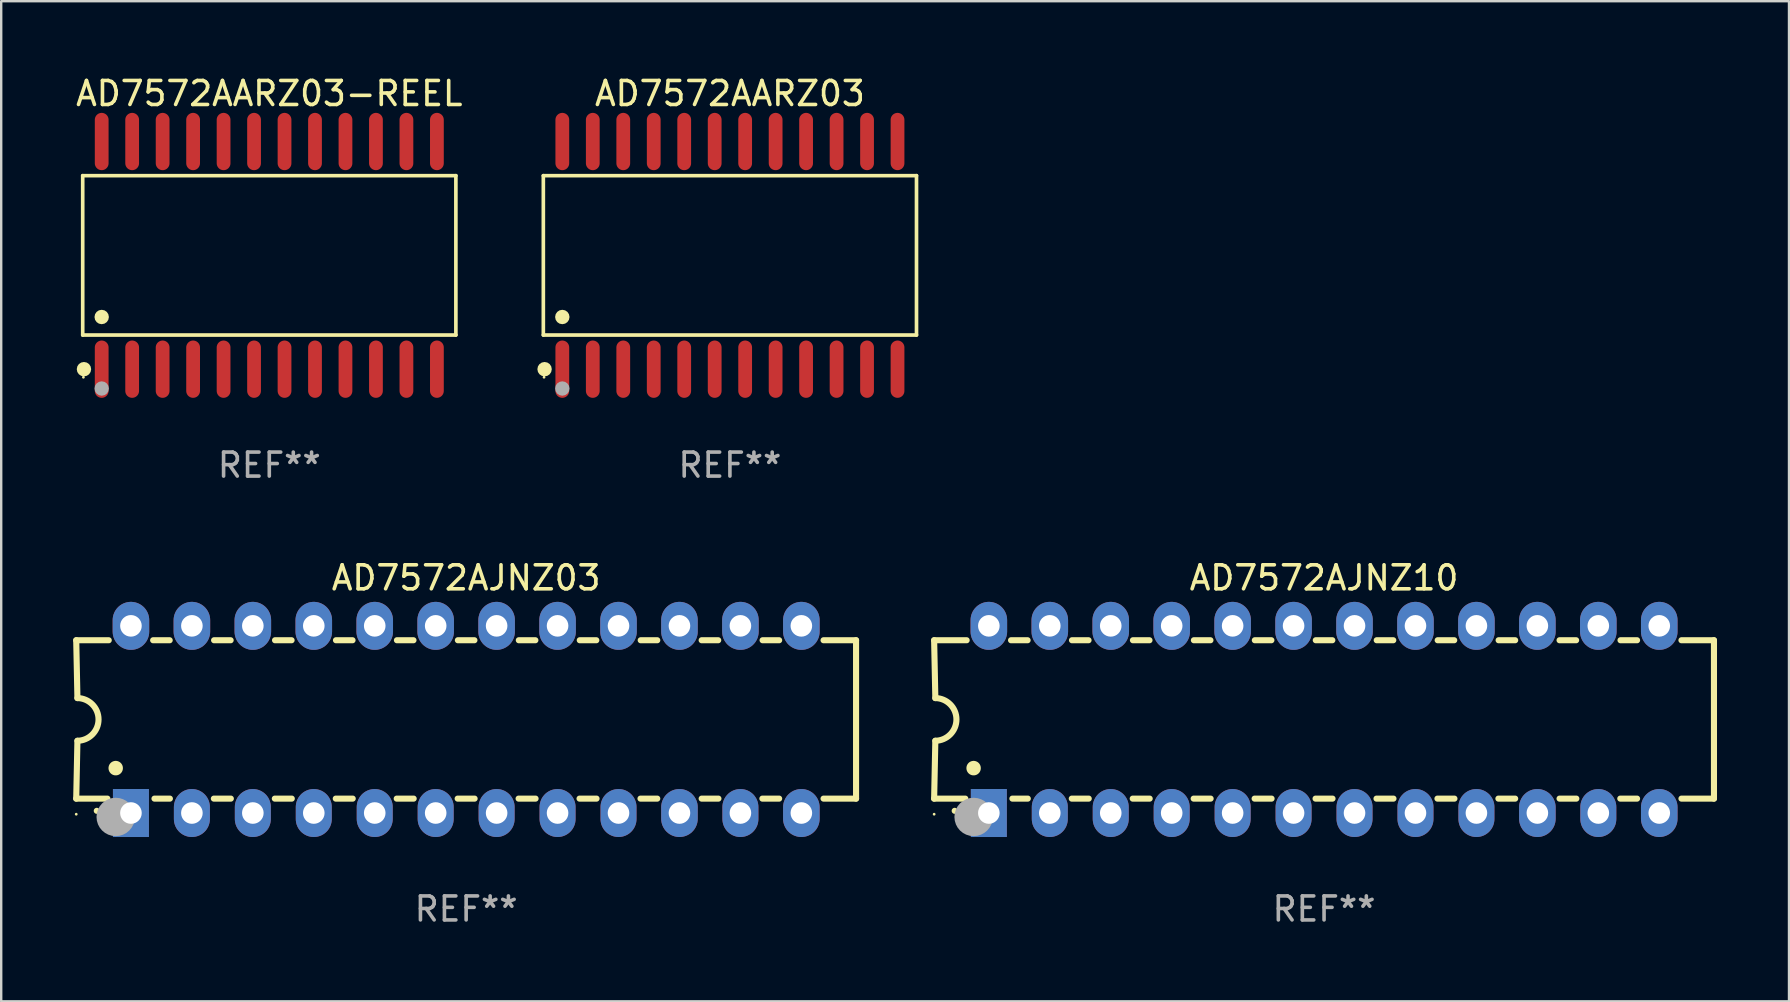
<source format=kicad_pcb>
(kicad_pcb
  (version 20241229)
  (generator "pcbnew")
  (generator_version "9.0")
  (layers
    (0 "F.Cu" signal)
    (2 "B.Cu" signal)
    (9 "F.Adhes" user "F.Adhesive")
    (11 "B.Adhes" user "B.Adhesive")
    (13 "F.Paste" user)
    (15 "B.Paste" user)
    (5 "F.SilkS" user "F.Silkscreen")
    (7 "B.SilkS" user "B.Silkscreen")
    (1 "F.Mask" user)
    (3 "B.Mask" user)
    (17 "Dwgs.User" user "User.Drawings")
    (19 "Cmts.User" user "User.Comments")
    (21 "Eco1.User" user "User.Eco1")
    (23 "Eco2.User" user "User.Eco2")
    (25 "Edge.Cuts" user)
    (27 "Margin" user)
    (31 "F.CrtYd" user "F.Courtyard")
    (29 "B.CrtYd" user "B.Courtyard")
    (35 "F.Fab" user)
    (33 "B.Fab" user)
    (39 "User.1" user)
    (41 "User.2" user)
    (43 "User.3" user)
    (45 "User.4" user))
  (footprint "AD7572AJNZ03"
    (layer "F.Cu")
    (at 16.377 26.933)
    (property "Reference" "AD7572AJNZ03" (at 0 -5.9 0) (layer "F.SilkS") (effects (font (size 1 1) (thickness 0.15))))
    (attr through_hole)
    (fp_line (start -16.25 -3.3) (end -16.2 -0.889) (stroke (width 0.254) (type solid)) (layer "F.SilkS"))
    (fp_line (start -16.25 -3.3) (end -14.895 -3.3) (stroke (width 0.254) (type solid)) (layer "F.SilkS"))
    (fp_line (start -16.25 3.3) (end -16.2 0.889) (stroke (width 0.254) (type solid)) (layer "F.SilkS"))
    (fp_line (start -16.25 3.3) (end -14.951 3.3) (stroke (width 0.254) (type solid)) (layer "F.SilkS"))
    (fp_line (start -13.045 -3.3) (end -12.355 -3.3) (stroke (width 0.254) (type solid)) (layer "F.SilkS"))
    (fp_line (start -12.989 3.3) (end -12.347 3.3) (stroke (width 0.254) (type solid)) (layer "F.SilkS"))
    (fp_line (start -10.514 3.3) (end -9.807 3.3) (stroke (width 0.254) (type solid)) (layer "F.SilkS"))
    (fp_line (start -10.505 -3.3) (end -9.815 -3.3) (stroke (width 0.254) (type solid)) (layer "F.SilkS"))
    (fp_line (start -7.974 3.3) (end -7.267 3.3) (stroke (width 0.254) (type solid)) (layer "F.SilkS"))
    (fp_line (start -7.965 -3.3) (end -7.275 -3.3) (stroke (width 0.254) (type solid)) (layer "F.SilkS"))
    (fp_line (start -5.434 3.3) (end -4.727 3.3) (stroke (width 0.254) (type solid)) (layer "F.SilkS"))
    (fp_line (start -5.425 -3.3) (end -4.735 -3.3) (stroke (width 0.254) (type solid)) (layer "F.SilkS"))
    (fp_line (start -2.894 3.3) (end -2.187 3.3) (stroke (width 0.254) (type solid)) (layer "F.SilkS"))
    (fp_line (start -2.885 -3.3) (end -2.195 -3.3) (stroke (width 0.254) (type solid)) (layer "F.SilkS"))
    (fp_line (start -0.354 3.3) (end 0.353 3.3) (stroke (width 0.254) (type solid)) (layer "F.SilkS"))
    (fp_line (start -0.345 -3.3) (end 0.345 -3.3) (stroke (width 0.254) (type solid)) (layer "F.SilkS"))
    (fp_line (start 2.186 3.3) (end 2.893 3.3) (stroke (width 0.254) (type solid)) (layer "F.SilkS"))
    (fp_line (start 2.195 -3.3) (end 2.885 -3.3) (stroke (width 0.254) (type solid)) (layer "F.SilkS"))
    (fp_line (start 4.726 3.3) (end 5.434 3.3) (stroke (width 0.254) (type solid)) (layer "F.SilkS"))
    (fp_line (start 4.735 -3.3) (end 5.425 -3.3) (stroke (width 0.254) (type solid)) (layer "F.SilkS"))
    (fp_line (start 7.266 3.3) (end 7.965 3.3) (stroke (width 0.254) (type solid)) (layer "F.SilkS"))
    (fp_line (start 7.275 -3.3) (end 7.965 -3.3) (stroke (width 0.254) (type solid)) (layer "F.SilkS"))
    (fp_line (start 9.815 -3.3) (end 10.505 -3.3) (stroke (width 0.254) (type solid)) (layer "F.SilkS"))
    (fp_line (start 9.815 3.3) (end 10.514 3.3) (stroke (width 0.254) (type solid)) (layer "F.SilkS"))
    (fp_line (start 12.346 3.3) (end 13.045 3.3) (stroke (width 0.254) (type solid)) (layer "F.SilkS"))
    (fp_line (start 12.355 -3.3) (end 13.045 -3.3) (stroke (width 0.254) (type solid)) (layer "F.SilkS"))
    (fp_line (start 16.25 -3.3) (end 14.895 -3.3) (stroke (width 0.254) (type solid)) (layer "F.SilkS"))
    (fp_line (start 16.25 -3.3) (end 16.25 3.3) (stroke (width 0.254) (type solid)) (layer "F.SilkS"))
    (fp_line (start 16.25 3.3) (end 14.895 3.3) (stroke (width 0.254) (type solid)) (layer "F.SilkS"))
    (fp_arc (start -16.201016 -0.890146) (mid -15.311429 -0.001055) (end -16.200025 0.889027) (stroke (width 0.254001) (type solid)) (layer "F.SilkS"))
    (fp_arc (start -15.394971 3.810033) (mid -15.394978 3.808763) (end -15.394971 3.807493) (stroke (width 0.25) (type solid)) (layer "F.SilkS"))
    (fp_arc (start -14.605029 2.032029) (mid -14.60504 2.029489) (end -14.605029 2.026949) (stroke (width 0.6) (type solid)) (layer "F.SilkS"))
    (fp_circle (center -16.25 3.95) (end -16.22 3.95) (stroke (width 0.06) (type solid)) (fill no) (layer "F.SilkS"))
    (fp_circle (center -14.605 4.064) (end -14.205 4.064) (stroke (width 0.8) (type solid)) (fill no) (layer "F.Fab"))
    (fp_text user "REF**" (at 0 7.9 0) (layer "F.Fab") (effects (font (size 1 1) (thickness 0.15))))
    (pad "1" thru_hole rect (at -13.97 3.9 90) (size 2 1.5) (drill 0.9) (layers "*.Cu" "*.Mask"))
    (pad "2" thru_hole oval (at -11.43 3.9 90) (size 2 1.5) (drill 0.9) (layers "*.Cu" "*.Mask"))
    (pad "3" thru_hole oval (at -8.89 3.9 90) (size 2 1.5) (drill 0.9) (layers "*.Cu" "*.Mask"))
    (pad "4" thru_hole oval (at -6.35 3.9 90) (size 2 1.5) (drill 0.9) (layers "*.Cu" "*.Mask"))
    (pad "5" thru_hole oval (at -3.81 3.9 90) (size 2 1.5) (drill 0.9) (layers "*.Cu" "*.Mask"))
    (pad "6" thru_hole oval (at -1.27 3.9 90) (size 2 1.5) (drill 0.9) (layers "*.Cu" "*.Mask"))
    (pad "7" thru_hole oval (at 1.27 3.9 90) (size 2 1.5) (drill 0.9) (layers "*.Cu" "*.Mask"))
    (pad "8" thru_hole oval (at 3.81 3.9 90) (size 2 1.5) (drill 0.9) (layers "*.Cu" "*.Mask"))
    (pad "9" thru_hole oval (at 6.35 3.9 90) (size 2 1.5) (drill 0.9) (layers "*.Cu" "*.Mask"))
    (pad "10" thru_hole oval (at 8.89 3.9 90) (size 2 1.524) (drill 0.9) (layers "*.Cu" "*.Mask"))
    (pad "11" thru_hole oval (at 11.43 3.9 90) (size 2 1.5) (drill 0.9) (layers "*.Cu" "*.Mask"))
    (pad "12" thru_hole oval (at 13.97 3.9 90) (size 2 1.524) (drill 0.9) (layers "*.Cu" "*.Mask"))
    (pad "13" thru_hole oval (at 13.97 -3.9 90) (size 2 1.524) (drill 0.9) (layers "*.Cu" "*.Mask"))
    (pad "14" thru_hole oval (at 11.43 -3.9 90) (size 2 1.524) (drill 0.9) (layers "*.Cu" "*.Mask"))
    (pad "15" thru_hole oval (at 8.89 -3.9 90) (size 2 1.524) (drill 0.9) (layers "*.Cu" "*.Mask"))
    (pad "16" thru_hole oval (at 6.35 -3.9 90) (size 2 1.524) (drill 0.9) (layers "*.Cu" "*.Mask"))
    (pad "17" thru_hole oval (at 3.81 -3.9 90) (size 2 1.524) (drill 0.9) (layers "*.Cu" "*.Mask"))
    (pad "18" thru_hole oval (at 1.27 -3.9 90) (size 2 1.524) (drill 0.9) (layers "*.Cu" "*.Mask"))
    (pad "19" thru_hole oval (at -1.27 -3.9 90) (size 2 1.524) (drill 0.9) (layers "*.Cu" "*.Mask"))
    (pad "20" thru_hole oval (at -3.81 -3.9 90) (size 2 1.524) (drill 0.9) (layers "*.Cu" "*.Mask"))
    (pad "21" thru_hole oval (at -6.35 -3.9 90) (size 2 1.524) (drill 0.9) (layers "*.Cu" "*.Mask"))
    (pad "22" thru_hole oval (at -8.89 -3.9 90) (size 2 1.524) (drill 0.9) (layers "*.Cu" "*.Mask"))
    (pad "23" thru_hole oval (at -11.43 -3.9 90) (size 2 1.524) (drill 0.9) (layers "*.Cu" "*.Mask"))
    (pad "24" thru_hole oval (at -13.97 -3.9 90) (size 2 1.524) (drill 0.9) (layers "*.Cu" "*.Mask")))
  (footprint "AD7572AJNZ10"
    (layer "F.Cu")
    (at 52.131 26.933)
    (property "Reference" "AD7572AJNZ10" (at 0 -5.9 0) (layer "F.SilkS") (effects (font (size 1 1) (thickness 0.15))))
    (attr through_hole)
    (fp_line (start -16.25 -3.3) (end -16.2 -0.889) (stroke (width 0.254) (type solid)) (layer "F.SilkS"))
    (fp_line (start -16.25 -3.3) (end -14.895 -3.3) (stroke (width 0.254) (type solid)) (layer "F.SilkS"))
    (fp_line (start -16.25 3.3) (end -16.2 0.889) (stroke (width 0.254) (type solid)) (layer "F.SilkS"))
    (fp_line (start -16.25 3.3) (end -14.951 3.3) (stroke (width 0.254) (type solid)) (layer "F.SilkS"))
    (fp_line (start -13.045 -3.3) (end -12.355 -3.3) (stroke (width 0.254) (type solid)) (layer "F.SilkS"))
    (fp_line (start -12.989 3.3) (end -12.347 3.3) (stroke (width 0.254) (type solid)) (layer "F.SilkS"))
    (fp_line (start -10.514 3.3) (end -9.807 3.3) (stroke (width 0.254) (type solid)) (layer "F.SilkS"))
    (fp_line (start -10.505 -3.3) (end -9.815 -3.3) (stroke (width 0.254) (type solid)) (layer "F.SilkS"))
    (fp_line (start -7.974 3.3) (end -7.267 3.3) (stroke (width 0.254) (type solid)) (layer "F.SilkS"))
    (fp_line (start -7.965 -3.3) (end -7.275 -3.3) (stroke (width 0.254) (type solid)) (layer "F.SilkS"))
    (fp_line (start -5.434 3.3) (end -4.727 3.3) (stroke (width 0.254) (type solid)) (layer "F.SilkS"))
    (fp_line (start -5.425 -3.3) (end -4.735 -3.3) (stroke (width 0.254) (type solid)) (layer "F.SilkS"))
    (fp_line (start -2.894 3.3) (end -2.187 3.3) (stroke (width 0.254) (type solid)) (layer "F.SilkS"))
    (fp_line (start -2.885 -3.3) (end -2.195 -3.3) (stroke (width 0.254) (type solid)) (layer "F.SilkS"))
    (fp_line (start -0.354 3.3) (end 0.353 3.3) (stroke (width 0.254) (type solid)) (layer "F.SilkS"))
    (fp_line (start -0.345 -3.3) (end 0.345 -3.3) (stroke (width 0.254) (type solid)) (layer "F.SilkS"))
    (fp_line (start 2.186 3.3) (end 2.893 3.3) (stroke (width 0.254) (type solid)) (layer "F.SilkS"))
    (fp_line (start 2.195 -3.3) (end 2.885 -3.3) (stroke (width 0.254) (type solid)) (layer "F.SilkS"))
    (fp_line (start 4.726 3.3) (end 5.434 3.3) (stroke (width 0.254) (type solid)) (layer "F.SilkS"))
    (fp_line (start 4.735 -3.3) (end 5.425 -3.3) (stroke (width 0.254) (type solid)) (layer "F.SilkS"))
    (fp_line (start 7.266 3.3) (end 7.965 3.3) (stroke (width 0.254) (type solid)) (layer "F.SilkS"))
    (fp_line (start 7.275 -3.3) (end 7.965 -3.3) (stroke (width 0.254) (type solid)) (layer "F.SilkS"))
    (fp_line (start 9.815 -3.3) (end 10.505 -3.3) (stroke (width 0.254) (type solid)) (layer "F.SilkS"))
    (fp_line (start 9.815 3.3) (end 10.514 3.3) (stroke (width 0.254) (type solid)) (layer "F.SilkS"))
    (fp_line (start 12.346 3.3) (end 13.045 3.3) (stroke (width 0.254) (type solid)) (layer "F.SilkS"))
    (fp_line (start 12.355 -3.3) (end 13.045 -3.3) (stroke (width 0.254) (type solid)) (layer "F.SilkS"))
    (fp_line (start 16.25 -3.3) (end 14.895 -3.3) (stroke (width 0.254) (type solid)) (layer "F.SilkS"))
    (fp_line (start 16.25 -3.3) (end 16.25 3.3) (stroke (width 0.254) (type solid)) (layer "F.SilkS"))
    (fp_line (start 16.25 3.3) (end 14.895 3.3) (stroke (width 0.254) (type solid)) (layer "F.SilkS"))
    (fp_arc (start -16.201016 -0.890146) (mid -15.311429 -0.001055) (end -16.200025 0.889027) (stroke (width 0.254001) (type solid)) (layer "F.SilkS"))
    (fp_arc (start -15.394971 3.810033) (mid -15.394978 3.808763) (end -15.394971 3.807493) (stroke (width 0.25) (type solid)) (layer "F.SilkS"))
    (fp_arc (start -14.605029 2.032029) (mid -14.60504 2.029489) (end -14.605029 2.026949) (stroke (width 0.6) (type solid)) (layer "F.SilkS"))
    (fp_circle (center -16.25 3.95) (end -16.22 3.95) (stroke (width 0.06) (type solid)) (fill no) (layer "F.SilkS"))
    (fp_circle (center -14.605 4.064) (end -14.205 4.064) (stroke (width 0.8) (type solid)) (fill no) (layer "F.Fab"))
    (fp_text user "REF**" (at 0 7.9 0) (layer "F.Fab") (effects (font (size 1 1) (thickness 0.15))))
    (pad "1" thru_hole rect (at -13.97 3.9 90) (size 2 1.5) (drill 0.9) (layers "*.Cu" "*.Mask"))
    (pad "2" thru_hole oval (at -11.43 3.9 90) (size 2 1.5) (drill 0.9) (layers "*.Cu" "*.Mask"))
    (pad "3" thru_hole oval (at -8.89 3.9 90) (size 2 1.5) (drill 0.9) (layers "*.Cu" "*.Mask"))
    (pad "4" thru_hole oval (at -6.35 3.9 90) (size 2 1.5) (drill 0.9) (layers "*.Cu" "*.Mask"))
    (pad "5" thru_hole oval (at -3.81 3.9 90) (size 2 1.5) (drill 0.9) (layers "*.Cu" "*.Mask"))
    (pad "6" thru_hole oval (at -1.27 3.9 90) (size 2 1.5) (drill 0.9) (layers "*.Cu" "*.Mask"))
    (pad "7" thru_hole oval (at 1.27 3.9 90) (size 2 1.5) (drill 0.9) (layers "*.Cu" "*.Mask"))
    (pad "8" thru_hole oval (at 3.81 3.9 90) (size 2 1.5) (drill 0.9) (layers "*.Cu" "*.Mask"))
    (pad "9" thru_hole oval (at 6.35 3.9 90) (size 2 1.5) (drill 0.9) (layers "*.Cu" "*.Mask"))
    (pad "10" thru_hole oval (at 8.89 3.9 90) (size 2 1.524) (drill 0.9) (layers "*.Cu" "*.Mask"))
    (pad "11" thru_hole oval (at 11.43 3.9 90) (size 2 1.5) (drill 0.9) (layers "*.Cu" "*.Mask"))
    (pad "12" thru_hole oval (at 13.97 3.9 90) (size 2 1.524) (drill 0.9) (layers "*.Cu" "*.Mask"))
    (pad "13" thru_hole oval (at 13.97 -3.9 90) (size 2 1.524) (drill 0.9) (layers "*.Cu" "*.Mask"))
    (pad "14" thru_hole oval (at 11.43 -3.9 90) (size 2 1.524) (drill 0.9) (layers "*.Cu" "*.Mask"))
    (pad "15" thru_hole oval (at 8.89 -3.9 90) (size 2 1.524) (drill 0.9) (layers "*.Cu" "*.Mask"))
    (pad "16" thru_hole oval (at 6.35 -3.9 90) (size 2 1.524) (drill 0.9) (layers "*.Cu" "*.Mask"))
    (pad "17" thru_hole oval (at 3.81 -3.9 90) (size 2 1.524) (drill 0.9) (layers "*.Cu" "*.Mask"))
    (pad "18" thru_hole oval (at 1.27 -3.9 90) (size 2 1.524) (drill 0.9) (layers "*.Cu" "*.Mask"))
    (pad "19" thru_hole oval (at -1.27 -3.9 90) (size 2 1.524) (drill 0.9) (layers "*.Cu" "*.Mask"))
    (pad "20" thru_hole oval (at -3.81 -3.9 90) (size 2 1.524) (drill 0.9) (layers "*.Cu" "*.Mask"))
    (pad "21" thru_hole oval (at -6.35 -3.9 90) (size 2 1.524) (drill 0.9) (layers "*.Cu" "*.Mask"))
    (pad "22" thru_hole oval (at -8.89 -3.9 90) (size 2 1.524) (drill 0.9) (layers "*.Cu" "*.Mask"))
    (pad "23" thru_hole oval (at -11.43 -3.9 90) (size 2 1.524) (drill 0.9) (layers "*.Cu" "*.Mask"))
    (pad "24" thru_hole oval (at -13.97 -3.9 90) (size 2 1.524) (drill 0.9) (layers "*.Cu" "*.Mask")))
  (footprint "AD7572AARZ03"
    (layer "F.Cu")
    (at 27.37 7.592)
    (property "Reference" "AD7572AARZ03" (at 0 -6.744 0) (layer "F.SilkS") (effects (font (size 1 1) (thickness 0.15))))
    (attr through_hole)
    (fp_line (start -7.776 -3.321) (end 7.776 -3.321) (stroke (width 0.152) (type solid)) (layer "F.SilkS"))
    (fp_line (start -7.776 3.321) (end -7.776 -3.321) (stroke (width 0.152) (type solid)) (layer "F.SilkS"))
    (fp_line (start 7.776 -3.321) (end 7.776 3.321) (stroke (width 0.152) (type solid)) (layer "F.SilkS"))
    (fp_line (start 7.776 3.321) (end -7.776 3.321) (stroke (width 0.152) (type solid)) (layer "F.SilkS"))
    (fp_circle (center -7.747 5.08) (end -7.717 5.08) (stroke (width 0.06) (type solid)) (fill no) (layer "F.SilkS"))
    (fp_circle (center -7.724 4.744) (end -7.574 4.744) (stroke (width 0.3) (type solid)) (fill no) (layer "F.SilkS"))
    (fp_circle (center -6.985 2.569) (end -6.835 2.569) (stroke (width 0.3) (type solid)) (fill no) (layer "F.SilkS"))
    (fp_circle (center -6.985 5.55) (end -6.835 5.55) (stroke (width 0.3) (type solid)) (fill no) (layer "F.Fab"))
    (fp_text user "REF**" (at 0 8.744 0) (layer "F.Fab") (effects (font (size 1 1) (thickness 0.15))))
    (pad "1" smd oval (at -6.985 4.744) (size 0.574 2.388) (layers "F.Cu" "F.Mask" "F.Paste"))
    (pad "2" smd oval (at -5.715 4.744) (size 0.574 2.388) (layers "F.Cu" "F.Mask" "F.Paste"))
    (pad "3" smd oval (at -4.445 4.744) (size 0.574 2.388) (layers "F.Cu" "F.Mask" "F.Paste"))
    (pad "4" smd oval (at -3.175 4.744) (size 0.574 2.388) (layers "F.Cu" "F.Mask" "F.Paste"))
    (pad "5" smd oval (at -1.905 4.744) (size 0.574 2.388) (layers "F.Cu" "F.Mask" "F.Paste"))
    (pad "6" smd oval (at -0.635 4.744) (size 0.574 2.388) (layers "F.Cu" "F.Mask" "F.Paste"))
    (pad "7" smd oval (at 0.635 4.744) (size 0.574 2.388) (layers "F.Cu" "F.Mask" "F.Paste"))
    (pad "8" smd oval (at 1.905 4.744) (size 0.574 2.388) (layers "F.Cu" "F.Mask" "F.Paste"))
    (pad "9" smd oval (at 3.175 4.744) (size 0.574 2.388) (layers "F.Cu" "F.Mask" "F.Paste"))
    (pad "10" smd oval (at 4.445 4.744) (size 0.574 2.388) (layers "F.Cu" "F.Mask" "F.Paste"))
    (pad "11" smd oval (at 5.715 4.744) (size 0.574 2.388) (layers "F.Cu" "F.Mask" "F.Paste"))
    (pad "12" smd oval (at 6.985 4.744) (size 0.574 2.388) (layers "F.Cu" "F.Mask" "F.Paste"))
    (pad "13" smd oval (at 6.985 -4.744) (size 0.574 2.388) (layers "F.Cu" "F.Mask" "F.Paste"))
    (pad "14" smd oval (at 5.715 -4.744) (size 0.574 2.388) (layers "F.Cu" "F.Mask" "F.Paste"))
    (pad "15" smd oval (at 4.445 -4.744) (size 0.574 2.388) (layers "F.Cu" "F.Mask" "F.Paste"))
    (pad "16" smd oval (at 3.175 -4.744) (size 0.574 2.388) (layers "F.Cu" "F.Mask" "F.Paste"))
    (pad "17" smd oval (at 1.905 -4.744) (size 0.574 2.388) (layers "F.Cu" "F.Mask" "F.Paste"))
    (pad "18" smd oval (at 0.635 -4.744) (size 0.574 2.388) (layers "F.Cu" "F.Mask" "F.Paste"))
    (pad "19" smd oval (at -0.635 -4.744) (size 0.574 2.388) (layers "F.Cu" "F.Mask" "F.Paste"))
    (pad "20" smd oval (at -1.905 -4.744) (size 0.574 2.388) (layers "F.Cu" "F.Mask" "F.Paste"))
    (pad "21" smd oval (at -3.175 -4.744) (size 0.574 2.388) (layers "F.Cu" "F.Mask" "F.Paste"))
    (pad "22" smd oval (at -4.445 -4.744) (size 0.574 2.388) (layers "F.Cu" "F.Mask" "F.Paste"))
    (pad "23" smd oval (at -5.715 -4.744) (size 0.574 2.388) (layers "F.Cu" "F.Mask" "F.Paste"))
    (pad "24" smd oval (at -6.985 -4.744) (size 0.574 2.388) (layers "F.Cu" "F.Mask" "F.Paste")))
  (footprint "AD7572AARZ03-REEL"
    (layer "F.Cu")
    (at 8.173 7.592)
    (property "Reference" "AD7572AARZ03-REEL" (at 0 -6.744 0) (layer "F.SilkS") (effects (font (size 1 1) (thickness 0.15))))
    (attr through_hole)
    (fp_line (start -7.776 -3.321) (end 7.776 -3.321) (stroke (width 0.152) (type solid)) (layer "F.SilkS"))
    (fp_line (start -7.776 3.321) (end -7.776 -3.321) (stroke (width 0.152) (type solid)) (layer "F.SilkS"))
    (fp_line (start 7.776 -3.321) (end 7.776 3.321) (stroke (width 0.152) (type solid)) (layer "F.SilkS"))
    (fp_line (start 7.776 3.321) (end -7.776 3.321) (stroke (width 0.152) (type solid)) (layer "F.SilkS"))
    (fp_circle (center -7.747 5.08) (end -7.717 5.08) (stroke (width 0.06) (type solid)) (fill no) (layer "F.SilkS"))
    (fp_circle (center -7.724 4.744) (end -7.574 4.744) (stroke (width 0.3) (type solid)) (fill no) (layer "F.SilkS"))
    (fp_circle (center -6.985 2.569) (end -6.835 2.569) (stroke (width 0.3) (type solid)) (fill no) (layer "F.SilkS"))
    (fp_circle (center -6.985 5.55) (end -6.835 5.55) (stroke (width 0.3) (type solid)) (fill no) (layer "F.Fab"))
    (fp_text user "REF**" (at 0 8.744 0) (layer "F.Fab") (effects (font (size 1 1) (thickness 0.15))))
    (pad "1" smd oval (at -6.985 4.744) (size 0.574 2.388) (layers "F.Cu" "F.Mask" "F.Paste"))
    (pad "2" smd oval (at -5.715 4.744) (size 0.574 2.388) (layers "F.Cu" "F.Mask" "F.Paste"))
    (pad "3" smd oval (at -4.445 4.744) (size 0.574 2.388) (layers "F.Cu" "F.Mask" "F.Paste"))
    (pad "4" smd oval (at -3.175 4.744) (size 0.574 2.388) (layers "F.Cu" "F.Mask" "F.Paste"))
    (pad "5" smd oval (at -1.905 4.744) (size 0.574 2.388) (layers "F.Cu" "F.Mask" "F.Paste"))
    (pad "6" smd oval (at -0.635 4.744) (size 0.574 2.388) (layers "F.Cu" "F.Mask" "F.Paste"))
    (pad "7" smd oval (at 0.635 4.744) (size 0.574 2.388) (layers "F.Cu" "F.Mask" "F.Paste"))
    (pad "8" smd oval (at 1.905 4.744) (size 0.574 2.388) (layers "F.Cu" "F.Mask" "F.Paste"))
    (pad "9" smd oval (at 3.175 4.744) (size 0.574 2.388) (layers "F.Cu" "F.Mask" "F.Paste"))
    (pad "10" smd oval (at 4.445 4.744) (size 0.574 2.388) (layers "F.Cu" "F.Mask" "F.Paste"))
    (pad "11" smd oval (at 5.715 4.744) (size 0.574 2.388) (layers "F.Cu" "F.Mask" "F.Paste"))
    (pad "12" smd oval (at 6.985 4.744) (size 0.574 2.388) (layers "F.Cu" "F.Mask" "F.Paste"))
    (pad "13" smd oval (at 6.985 -4.744) (size 0.574 2.388) (layers "F.Cu" "F.Mask" "F.Paste"))
    (pad "14" smd oval (at 5.715 -4.744) (size 0.574 2.388) (layers "F.Cu" "F.Mask" "F.Paste"))
    (pad "15" smd oval (at 4.445 -4.744) (size 0.574 2.388) (layers "F.Cu" "F.Mask" "F.Paste"))
    (pad "16" smd oval (at 3.175 -4.744) (size 0.574 2.388) (layers "F.Cu" "F.Mask" "F.Paste"))
    (pad "17" smd oval (at 1.905 -4.744) (size 0.574 2.388) (layers "F.Cu" "F.Mask" "F.Paste"))
    (pad "18" smd oval (at 0.635 -4.744) (size 0.574 2.388) (layers "F.Cu" "F.Mask" "F.Paste"))
    (pad "19" smd oval (at -0.635 -4.744) (size 0.574 2.388) (layers "F.Cu" "F.Mask" "F.Paste"))
    (pad "20" smd oval (at -1.905 -4.744) (size 0.574 2.388) (layers "F.Cu" "F.Mask" "F.Paste"))
    (pad "21" smd oval (at -3.175 -4.744) (size 0.574 2.388) (layers "F.Cu" "F.Mask" "F.Paste"))
    (pad "22" smd oval (at -4.445 -4.744) (size 0.574 2.388) (layers "F.Cu" "F.Mask" "F.Paste"))
    (pad "23" smd oval (at -5.715 -4.744) (size 0.574 2.388) (layers "F.Cu" "F.Mask" "F.Paste"))
    (pad "24" smd oval (at -6.985 -4.744) (size 0.574 2.388) (layers "F.Cu" "F.Mask" "F.Paste")))
  (gr_rect
    (start -3 -3)
    (end 71.508 38.681)
    (stroke (width 0.1) (type default))
    (fill no)
    (layer "Edge.Cuts")))
</source>
